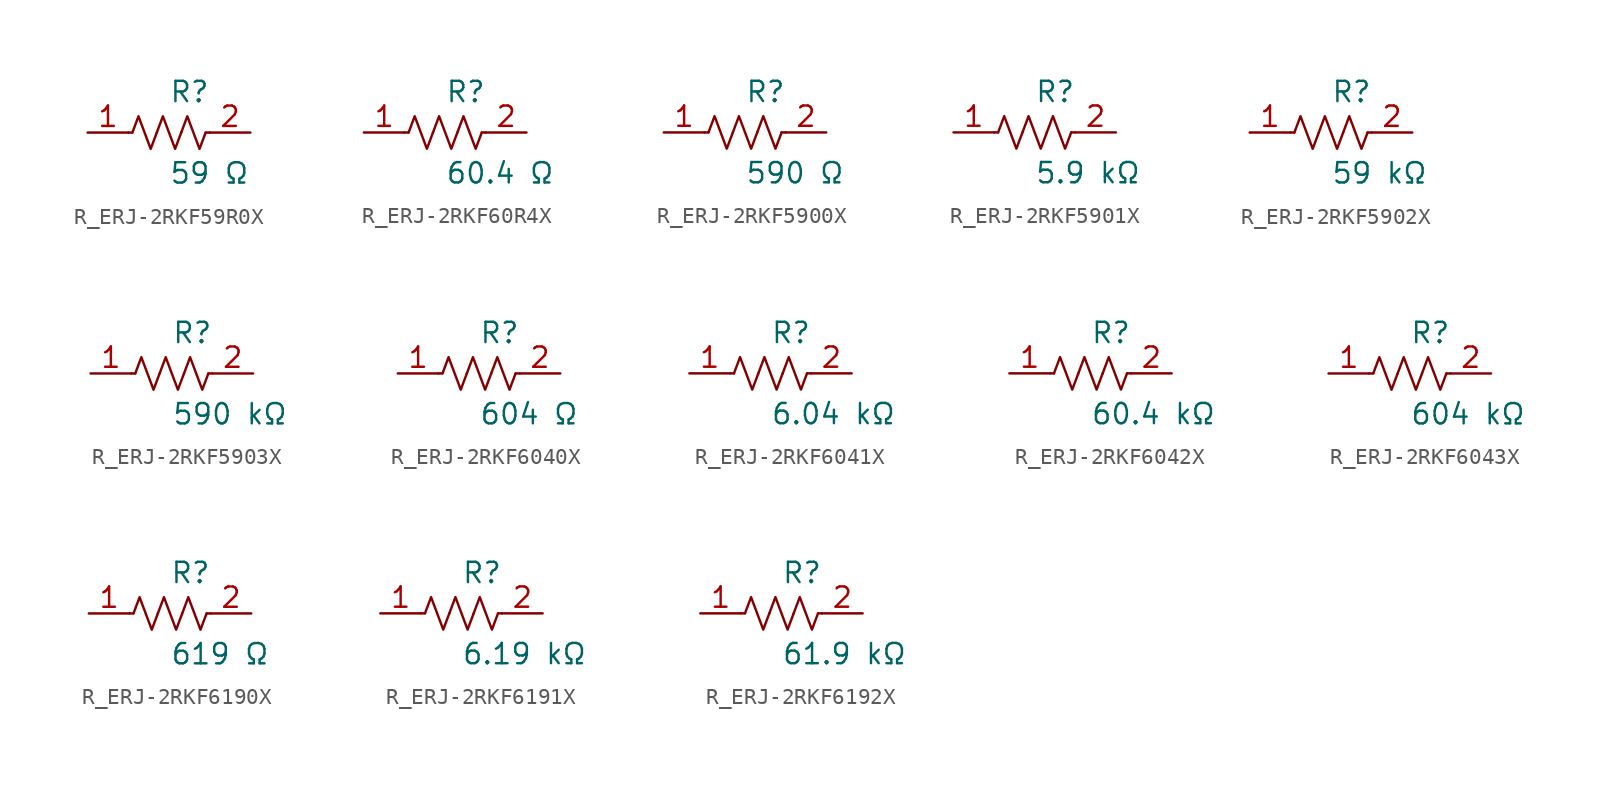
<source format=kicad_sym>
(kicad_symbol_lib
  (version 20231120)
  (generator kicad_symbol_editor)
  (generator_version 8.0)
  (symbol "R_ERJ-2RKF59R0X"
    (pin_names
      (offset 0.254))
    (property "Reference" "R"
      (at 0 2.54 0)
      (effects (font (size 1.27 1.27)) (justify left)))
    (property "Value" "59 Ω"
      (at 0 -2.54 0)
      (effects (font (size 1.27 1.27)) (justify left)))
    (symbol "R_ERJ-2RKF59R0X_0_1"
      (polyline (pts (xy 2.286 0) (xy 2.54 0)) (stroke (width 0) (type default)) (fill (type none)))
      (polyline (pts (xy -2.286 0) (xy -2.54 0)) (stroke (width 0) (type default)) (fill (type none)))
      (polyline (pts (xy 0.762 0) (xy 1.143 1.016) (xy 1.524 0) (xy 1.905 -1.016) (xy 2.286 0)) (stroke (width 0) (type default)) (fill (type none)))
      (polyline (pts (xy -0.762 0) (xy -0.381 1.016) (xy 0 0) (xy 0.381 -1.016) (xy 0.762 0)) (stroke (width 0) (type default)) (fill (type none)))
      (polyline (pts (xy -2.286 0) (xy -1.905 1.016) (xy -1.524 0) (xy -1.143 -1.016) (xy -0.762 0)) (stroke (width 0) (type default)) (fill (type none))))
    (pin unspecified line
      (at -5.08 0 0)
      (length 2.54)
      (name "" (effects (font (size 1.27 1.27))))
      (number "1" (effects (font (size 1.27 1.27)))))
    (pin unspecified line
      (at 5.08 0 180)
      (length 2.54)
      (name "" (effects (font (size 1.27 1.27))))
      (number "2" (effects (font (size 1.27 1.27))))))
  (symbol "R_ERJ-2RKF60R4X"
    (pin_names
      (offset 0.254))
    (property "Reference" "R"
      (at 0 2.54 0)
      (effects (font (size 1.27 1.27)) (justify left)))
    (property "Value" "60.4 Ω"
      (at 0 -2.54 0)
      (effects (font (size 1.27 1.27)) (justify left)))
    (symbol "R_ERJ-2RKF60R4X_0_1"
      (polyline (pts (xy 2.286 0) (xy 2.54 0)) (stroke (width 0) (type default)) (fill (type none)))
      (polyline (pts (xy -2.286 0) (xy -2.54 0)) (stroke (width 0) (type default)) (fill (type none)))
      (polyline (pts (xy 0.762 0) (xy 1.143 1.016) (xy 1.524 0) (xy 1.905 -1.016) (xy 2.286 0)) (stroke (width 0) (type default)) (fill (type none)))
      (polyline (pts (xy -0.762 0) (xy -0.381 1.016) (xy 0 0) (xy 0.381 -1.016) (xy 0.762 0)) (stroke (width 0) (type default)) (fill (type none)))
      (polyline (pts (xy -2.286 0) (xy -1.905 1.016) (xy -1.524 0) (xy -1.143 -1.016) (xy -0.762 0)) (stroke (width 0) (type default)) (fill (type none))))
    (pin unspecified line
      (at -5.08 0 0)
      (length 2.54)
      (name "" (effects (font (size 1.27 1.27))))
      (number "1" (effects (font (size 1.27 1.27)))))
    (pin unspecified line
      (at 5.08 0 180)
      (length 2.54)
      (name "" (effects (font (size 1.27 1.27))))
      (number "2" (effects (font (size 1.27 1.27))))))
  (symbol "R_ERJ-2RKF5900X"
    (pin_names
      (offset 0.254))
    (property "Reference" "R"
      (at 0 2.54 0)
      (effects (font (size 1.27 1.27)) (justify left)))
    (property "Value" "590 Ω"
      (at 0 -2.54 0)
      (effects (font (size 1.27 1.27)) (justify left)))
    (symbol "R_ERJ-2RKF5900X_0_1"
      (polyline (pts (xy 2.286 0) (xy 2.54 0)) (stroke (width 0) (type default)) (fill (type none)))
      (polyline (pts (xy -2.286 0) (xy -2.54 0)) (stroke (width 0) (type default)) (fill (type none)))
      (polyline (pts (xy 0.762 0) (xy 1.143 1.016) (xy 1.524 0) (xy 1.905 -1.016) (xy 2.286 0)) (stroke (width 0) (type default)) (fill (type none)))
      (polyline (pts (xy -0.762 0) (xy -0.381 1.016) (xy 0 0) (xy 0.381 -1.016) (xy 0.762 0)) (stroke (width 0) (type default)) (fill (type none)))
      (polyline (pts (xy -2.286 0) (xy -1.905 1.016) (xy -1.524 0) (xy -1.143 -1.016) (xy -0.762 0)) (stroke (width 0) (type default)) (fill (type none))))
    (pin unspecified line
      (at -5.08 0 0)
      (length 2.54)
      (name "" (effects (font (size 1.27 1.27))))
      (number "1" (effects (font (size 1.27 1.27)))))
    (pin unspecified line
      (at 5.08 0 180)
      (length 2.54)
      (name "" (effects (font (size 1.27 1.27))))
      (number "2" (effects (font (size 1.27 1.27))))))
  (symbol "R_ERJ-2RKF5901X"
    (pin_names
      (offset 0.254))
    (property "Reference" "R"
      (at 0 2.54 0)
      (effects (font (size 1.27 1.27)) (justify left)))
    (property "Value" "5.9 kΩ"
      (at 0 -2.54 0)
      (effects (font (size 1.27 1.27)) (justify left)))
    (symbol "R_ERJ-2RKF5901X_0_1"
      (polyline (pts (xy 2.286 0) (xy 2.54 0)) (stroke (width 0) (type default)) (fill (type none)))
      (polyline (pts (xy -2.286 0) (xy -2.54 0)) (stroke (width 0) (type default)) (fill (type none)))
      (polyline (pts (xy 0.762 0) (xy 1.143 1.016) (xy 1.524 0) (xy 1.905 -1.016) (xy 2.286 0)) (stroke (width 0) (type default)) (fill (type none)))
      (polyline (pts (xy -0.762 0) (xy -0.381 1.016) (xy 0 0) (xy 0.381 -1.016) (xy 0.762 0)) (stroke (width 0) (type default)) (fill (type none)))
      (polyline (pts (xy -2.286 0) (xy -1.905 1.016) (xy -1.524 0) (xy -1.143 -1.016) (xy -0.762 0)) (stroke (width 0) (type default)) (fill (type none))))
    (pin unspecified line
      (at -5.08 0 0)
      (length 2.54)
      (name "" (effects (font (size 1.27 1.27))))
      (number "1" (effects (font (size 1.27 1.27)))))
    (pin unspecified line
      (at 5.08 0 180)
      (length 2.54)
      (name "" (effects (font (size 1.27 1.27))))
      (number "2" (effects (font (size 1.27 1.27))))))
  (symbol "R_ERJ-2RKF5902X"
    (pin_names
      (offset 0.254))
    (property "Reference" "R"
      (at 0 2.54 0)
      (effects (font (size 1.27 1.27)) (justify left)))
    (property "Value" "59 kΩ"
      (at 0 -2.54 0)
      (effects (font (size 1.27 1.27)) (justify left)))
    (symbol "R_ERJ-2RKF5902X_0_1"
      (polyline (pts (xy 2.286 0) (xy 2.54 0)) (stroke (width 0) (type default)) (fill (type none)))
      (polyline (pts (xy -2.286 0) (xy -2.54 0)) (stroke (width 0) (type default)) (fill (type none)))
      (polyline (pts (xy 0.762 0) (xy 1.143 1.016) (xy 1.524 0) (xy 1.905 -1.016) (xy 2.286 0)) (stroke (width 0) (type default)) (fill (type none)))
      (polyline (pts (xy -0.762 0) (xy -0.381 1.016) (xy 0 0) (xy 0.381 -1.016) (xy 0.762 0)) (stroke (width 0) (type default)) (fill (type none)))
      (polyline (pts (xy -2.286 0) (xy -1.905 1.016) (xy -1.524 0) (xy -1.143 -1.016) (xy -0.762 0)) (stroke (width 0) (type default)) (fill (type none))))
    (pin unspecified line
      (at -5.08 0 0)
      (length 2.54)
      (name "" (effects (font (size 1.27 1.27))))
      (number "1" (effects (font (size 1.27 1.27)))))
    (pin unspecified line
      (at 5.08 0 180)
      (length 2.54)
      (name "" (effects (font (size 1.27 1.27))))
      (number "2" (effects (font (size 1.27 1.27))))))
  (symbol "R_ERJ-2RKF5903X"
    (pin_names
      (offset 0.254))
    (property "Reference" "R"
      (at 0 2.54 0)
      (effects (font (size 1.27 1.27)) (justify left)))
    (property "Value" "590 kΩ"
      (at 0 -2.54 0)
      (effects (font (size 1.27 1.27)) (justify left)))
    (symbol "R_ERJ-2RKF5903X_0_1"
      (polyline (pts (xy 2.286 0) (xy 2.54 0)) (stroke (width 0) (type default)) (fill (type none)))
      (polyline (pts (xy -2.286 0) (xy -2.54 0)) (stroke (width 0) (type default)) (fill (type none)))
      (polyline (pts (xy 0.762 0) (xy 1.143 1.016) (xy 1.524 0) (xy 1.905 -1.016) (xy 2.286 0)) (stroke (width 0) (type default)) (fill (type none)))
      (polyline (pts (xy -0.762 0) (xy -0.381 1.016) (xy 0 0) (xy 0.381 -1.016) (xy 0.762 0)) (stroke (width 0) (type default)) (fill (type none)))
      (polyline (pts (xy -2.286 0) (xy -1.905 1.016) (xy -1.524 0) (xy -1.143 -1.016) (xy -0.762 0)) (stroke (width 0) (type default)) (fill (type none))))
    (pin unspecified line
      (at -5.08 0 0)
      (length 2.54)
      (name "" (effects (font (size 1.27 1.27))))
      (number "1" (effects (font (size 1.27 1.27)))))
    (pin unspecified line
      (at 5.08 0 180)
      (length 2.54)
      (name "" (effects (font (size 1.27 1.27))))
      (number "2" (effects (font (size 1.27 1.27))))))
  (symbol "R_ERJ-2RKF6040X"
    (pin_names
      (offset 0.254))
    (property "Reference" "R"
      (at 0 2.54 0)
      (effects (font (size 1.27 1.27)) (justify left)))
    (property "Value" "604 Ω"
      (at 0 -2.54 0)
      (effects (font (size 1.27 1.27)) (justify left)))
    (symbol "R_ERJ-2RKF6040X_0_1"
      (polyline (pts (xy 2.286 0) (xy 2.54 0)) (stroke (width 0) (type default)) (fill (type none)))
      (polyline (pts (xy -2.286 0) (xy -2.54 0)) (stroke (width 0) (type default)) (fill (type none)))
      (polyline (pts (xy 0.762 0) (xy 1.143 1.016) (xy 1.524 0) (xy 1.905 -1.016) (xy 2.286 0)) (stroke (width 0) (type default)) (fill (type none)))
      (polyline (pts (xy -0.762 0) (xy -0.381 1.016) (xy 0 0) (xy 0.381 -1.016) (xy 0.762 0)) (stroke (width 0) (type default)) (fill (type none)))
      (polyline (pts (xy -2.286 0) (xy -1.905 1.016) (xy -1.524 0) (xy -1.143 -1.016) (xy -0.762 0)) (stroke (width 0) (type default)) (fill (type none))))
    (pin unspecified line
      (at -5.08 0 0)
      (length 2.54)
      (name "" (effects (font (size 1.27 1.27))))
      (number "1" (effects (font (size 1.27 1.27)))))
    (pin unspecified line
      (at 5.08 0 180)
      (length 2.54)
      (name "" (effects (font (size 1.27 1.27))))
      (number "2" (effects (font (size 1.27 1.27))))))
  (symbol "R_ERJ-2RKF6041X"
    (pin_names
      (offset 0.254))
    (property "Reference" "R"
      (at 0 2.54 0)
      (effects (font (size 1.27 1.27)) (justify left)))
    (property "Value" "6.04 kΩ"
      (at 0 -2.54 0)
      (effects (font (size 1.27 1.27)) (justify left)))
    (symbol "R_ERJ-2RKF6041X_0_1"
      (polyline (pts (xy 2.286 0) (xy 2.54 0)) (stroke (width 0) (type default)) (fill (type none)))
      (polyline (pts (xy -2.286 0) (xy -2.54 0)) (stroke (width 0) (type default)) (fill (type none)))
      (polyline (pts (xy 0.762 0) (xy 1.143 1.016) (xy 1.524 0) (xy 1.905 -1.016) (xy 2.286 0)) (stroke (width 0) (type default)) (fill (type none)))
      (polyline (pts (xy -0.762 0) (xy -0.381 1.016) (xy 0 0) (xy 0.381 -1.016) (xy 0.762 0)) (stroke (width 0) (type default)) (fill (type none)))
      (polyline (pts (xy -2.286 0) (xy -1.905 1.016) (xy -1.524 0) (xy -1.143 -1.016) (xy -0.762 0)) (stroke (width 0) (type default)) (fill (type none))))
    (pin unspecified line
      (at -5.08 0 0)
      (length 2.54)
      (name "" (effects (font (size 1.27 1.27))))
      (number "1" (effects (font (size 1.27 1.27)))))
    (pin unspecified line
      (at 5.08 0 180)
      (length 2.54)
      (name "" (effects (font (size 1.27 1.27))))
      (number "2" (effects (font (size 1.27 1.27))))))
  (symbol "R_ERJ-2RKF6042X"
    (pin_names
      (offset 0.254))
    (property "Reference" "R"
      (at 0 2.54 0)
      (effects (font (size 1.27 1.27)) (justify left)))
    (property "Value" "60.4 kΩ"
      (at 0 -2.54 0)
      (effects (font (size 1.27 1.27)) (justify left)))
    (symbol "R_ERJ-2RKF6042X_0_1"
      (polyline (pts (xy 2.286 0) (xy 2.54 0)) (stroke (width 0) (type default)) (fill (type none)))
      (polyline (pts (xy -2.286 0) (xy -2.54 0)) (stroke (width 0) (type default)) (fill (type none)))
      (polyline (pts (xy 0.762 0) (xy 1.143 1.016) (xy 1.524 0) (xy 1.905 -1.016) (xy 2.286 0)) (stroke (width 0) (type default)) (fill (type none)))
      (polyline (pts (xy -0.762 0) (xy -0.381 1.016) (xy 0 0) (xy 0.381 -1.016) (xy 0.762 0)) (stroke (width 0) (type default)) (fill (type none)))
      (polyline (pts (xy -2.286 0) (xy -1.905 1.016) (xy -1.524 0) (xy -1.143 -1.016) (xy -0.762 0)) (stroke (width 0) (type default)) (fill (type none))))
    (pin unspecified line
      (at -5.08 0 0)
      (length 2.54)
      (name "" (effects (font (size 1.27 1.27))))
      (number "1" (effects (font (size 1.27 1.27)))))
    (pin unspecified line
      (at 5.08 0 180)
      (length 2.54)
      (name "" (effects (font (size 1.27 1.27))))
      (number "2" (effects (font (size 1.27 1.27))))))
  (symbol "R_ERJ-2RKF6043X"
    (pin_names
      (offset 0.254))
    (property "Reference" "R"
      (at 0 2.54 0)
      (effects (font (size 1.27 1.27)) (justify left)))
    (property "Value" "604 kΩ"
      (at 0 -2.54 0)
      (effects (font (size 1.27 1.27)) (justify left)))
    (symbol "R_ERJ-2RKF6043X_0_1"
      (polyline (pts (xy 2.286 0) (xy 2.54 0)) (stroke (width 0) (type default)) (fill (type none)))
      (polyline (pts (xy -2.286 0) (xy -2.54 0)) (stroke (width 0) (type default)) (fill (type none)))
      (polyline (pts (xy 0.762 0) (xy 1.143 1.016) (xy 1.524 0) (xy 1.905 -1.016) (xy 2.286 0)) (stroke (width 0) (type default)) (fill (type none)))
      (polyline (pts (xy -0.762 0) (xy -0.381 1.016) (xy 0 0) (xy 0.381 -1.016) (xy 0.762 0)) (stroke (width 0) (type default)) (fill (type none)))
      (polyline (pts (xy -2.286 0) (xy -1.905 1.016) (xy -1.524 0) (xy -1.143 -1.016) (xy -0.762 0)) (stroke (width 0) (type default)) (fill (type none))))
    (pin unspecified line
      (at -5.08 0 0)
      (length 2.54)
      (name "" (effects (font (size 1.27 1.27))))
      (number "1" (effects (font (size 1.27 1.27)))))
    (pin unspecified line
      (at 5.08 0 180)
      (length 2.54)
      (name "" (effects (font (size 1.27 1.27))))
      (number "2" (effects (font (size 1.27 1.27))))))
  (symbol "R_ERJ-2RKF6190X"
    (pin_names
      (offset 0.254))
    (property "Reference" "R"
      (at 0 2.54 0)
      (effects (font (size 1.27 1.27)) (justify left)))
    (property "Value" "619 Ω"
      (at 0 -2.54 0)
      (effects (font (size 1.27 1.27)) (justify left)))
    (symbol "R_ERJ-2RKF6190X_0_1"
      (polyline (pts (xy 2.286 0) (xy 2.54 0)) (stroke (width 0) (type default)) (fill (type none)))
      (polyline (pts (xy -2.286 0) (xy -2.54 0)) (stroke (width 0) (type default)) (fill (type none)))
      (polyline (pts (xy 0.762 0) (xy 1.143 1.016) (xy 1.524 0) (xy 1.905 -1.016) (xy 2.286 0)) (stroke (width 0) (type default)) (fill (type none)))
      (polyline (pts (xy -0.762 0) (xy -0.381 1.016) (xy 0 0) (xy 0.381 -1.016) (xy 0.762 0)) (stroke (width 0) (type default)) (fill (type none)))
      (polyline (pts (xy -2.286 0) (xy -1.905 1.016) (xy -1.524 0) (xy -1.143 -1.016) (xy -0.762 0)) (stroke (width 0) (type default)) (fill (type none))))
    (pin unspecified line
      (at -5.08 0 0)
      (length 2.54)
      (name "" (effects (font (size 1.27 1.27))))
      (number "1" (effects (font (size 1.27 1.27)))))
    (pin unspecified line
      (at 5.08 0 180)
      (length 2.54)
      (name "" (effects (font (size 1.27 1.27))))
      (number "2" (effects (font (size 1.27 1.27))))))
  (symbol "R_ERJ-2RKF6191X"
    (pin_names
      (offset 0.254))
    (property "Reference" "R"
      (at 0 2.54 0)
      (effects (font (size 1.27 1.27)) (justify left)))
    (property "Value" "6.19 kΩ"
      (at 0 -2.54 0)
      (effects (font (size 1.27 1.27)) (justify left)))
    (symbol "R_ERJ-2RKF6191X_0_1"
      (polyline (pts (xy 2.286 0) (xy 2.54 0)) (stroke (width 0) (type default)) (fill (type none)))
      (polyline (pts (xy -2.286 0) (xy -2.54 0)) (stroke (width 0) (type default)) (fill (type none)))
      (polyline (pts (xy 0.762 0) (xy 1.143 1.016) (xy 1.524 0) (xy 1.905 -1.016) (xy 2.286 0)) (stroke (width 0) (type default)) (fill (type none)))
      (polyline (pts (xy -0.762 0) (xy -0.381 1.016) (xy 0 0) (xy 0.381 -1.016) (xy 0.762 0)) (stroke (width 0) (type default)) (fill (type none)))
      (polyline (pts (xy -2.286 0) (xy -1.905 1.016) (xy -1.524 0) (xy -1.143 -1.016) (xy -0.762 0)) (stroke (width 0) (type default)) (fill (type none))))
    (pin unspecified line
      (at -5.08 0 0)
      (length 2.54)
      (name "" (effects (font (size 1.27 1.27))))
      (number "1" (effects (font (size 1.27 1.27)))))
    (pin unspecified line
      (at 5.08 0 180)
      (length 2.54)
      (name "" (effects (font (size 1.27 1.27))))
      (number "2" (effects (font (size 1.27 1.27))))))
  (symbol "R_ERJ-2RKF6192X"
    (pin_names
      (offset 0.254))
    (property "Reference" "R"
      (at 0 2.54 0)
      (effects (font (size 1.27 1.27)) (justify left)))
    (property "Value" "61.9 kΩ"
      (at 0 -2.54 0)
      (effects (font (size 1.27 1.27)) (justify left)))
    (symbol "R_ERJ-2RKF6192X_0_1"
      (polyline (pts (xy 2.286 0) (xy 2.54 0)) (stroke (width 0) (type default)) (fill (type none)))
      (polyline (pts (xy -2.286 0) (xy -2.54 0)) (stroke (width 0) (type default)) (fill (type none)))
      (polyline (pts (xy 0.762 0) (xy 1.143 1.016) (xy 1.524 0) (xy 1.905 -1.016) (xy 2.286 0)) (stroke (width 0) (type default)) (fill (type none)))
      (polyline (pts (xy -0.762 0) (xy -0.381 1.016) (xy 0 0) (xy 0.381 -1.016) (xy 0.762 0)) (stroke (width 0) (type default)) (fill (type none)))
      (polyline (pts (xy -2.286 0) (xy -1.905 1.016) (xy -1.524 0) (xy -1.143 -1.016) (xy -0.762 0)) (stroke (width 0) (type default)) (fill (type none))))
    (pin unspecified line
      (at -5.08 0 0)
      (length 2.54)
      (name "" (effects (font (size 1.27 1.27))))
      (number "1" (effects (font (size 1.27 1.27)))))
    (pin unspecified line
      (at 5.08 0 180)
      (length 2.54)
      (name "" (effects (font (size 1.27 1.27))))
      (number "2" (effects (font (size 1.27 1.27)))))))
</source>
